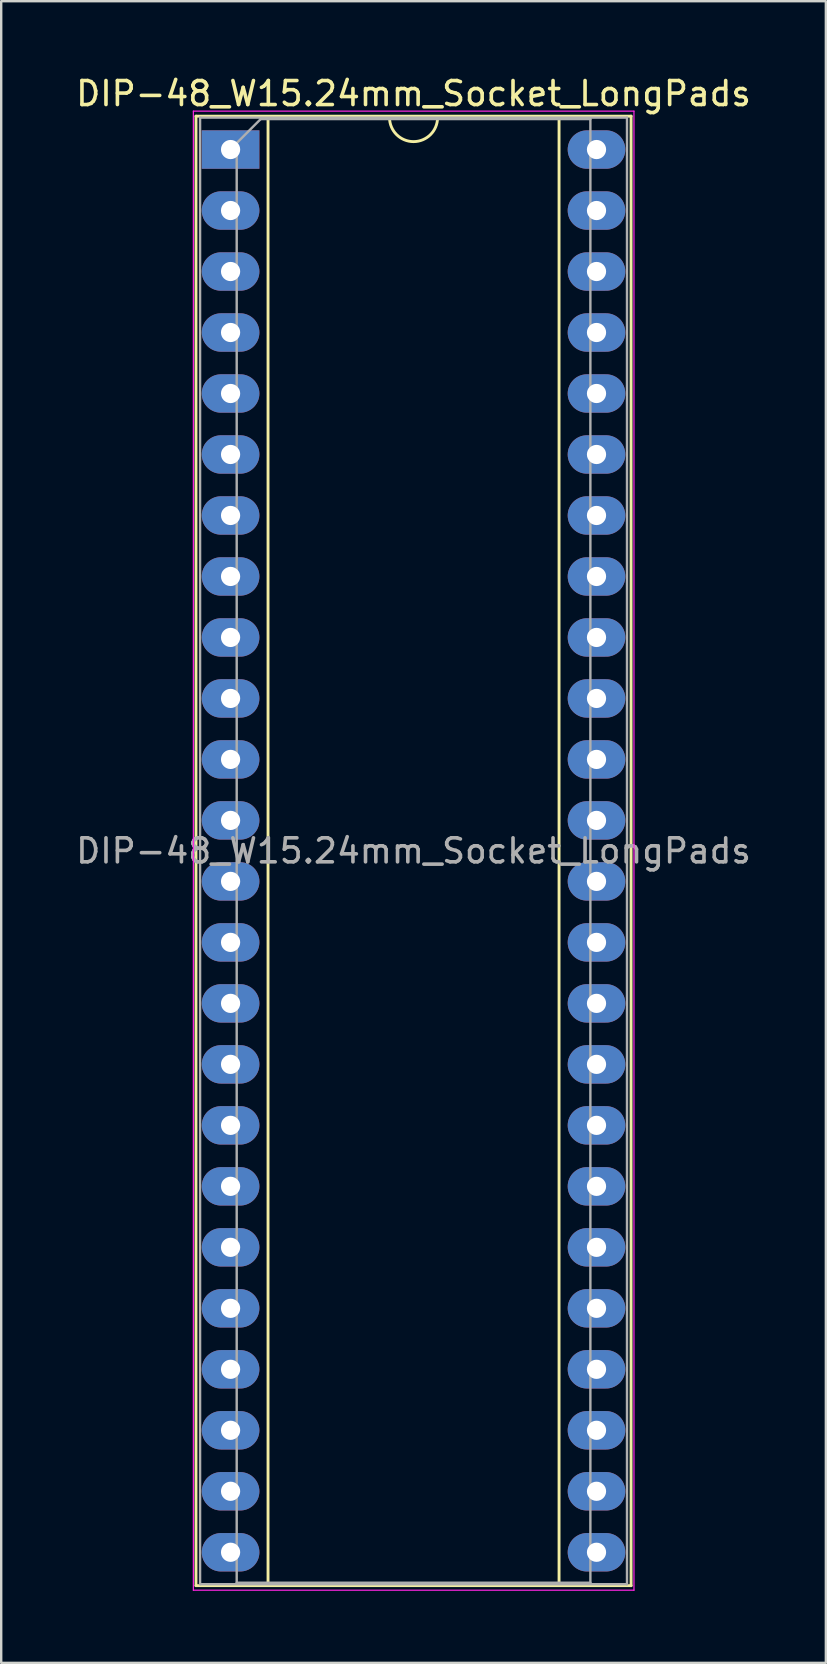
<source format=kicad_pcb>
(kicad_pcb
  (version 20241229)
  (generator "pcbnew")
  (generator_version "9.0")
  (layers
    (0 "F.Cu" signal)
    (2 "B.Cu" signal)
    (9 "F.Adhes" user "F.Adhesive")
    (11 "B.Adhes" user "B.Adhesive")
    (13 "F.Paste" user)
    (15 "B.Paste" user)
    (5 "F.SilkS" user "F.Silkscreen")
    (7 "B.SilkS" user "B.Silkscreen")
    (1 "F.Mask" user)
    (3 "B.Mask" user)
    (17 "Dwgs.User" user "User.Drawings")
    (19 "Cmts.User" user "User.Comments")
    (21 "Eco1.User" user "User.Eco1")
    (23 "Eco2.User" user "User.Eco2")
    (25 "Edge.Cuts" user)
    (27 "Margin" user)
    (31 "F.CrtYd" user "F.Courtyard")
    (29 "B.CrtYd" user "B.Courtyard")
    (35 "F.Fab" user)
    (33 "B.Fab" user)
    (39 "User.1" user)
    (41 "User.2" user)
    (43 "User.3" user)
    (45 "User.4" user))
  (footprint "DIP-48_W15.24mm_Socket_LongPads"
    (layer "F.Cu")
    (at 6.553 3.178)
    (property "Reference" "DIP-48_W15.24mm_Socket_LongPads" (at 7.62 -2.33 0) (layer "F.SilkS") (effects (font (size 1 1) (thickness 0.15))))
    (attr through_hole)
    (fp_line (start -1.44 -1.39) (end -1.44 59.81) (stroke (width 0.12) (type solid)) (layer "F.SilkS"))
    (fp_line (start -1.44 59.81) (end 16.68 59.81) (stroke (width 0.12) (type solid)) (layer "F.SilkS"))
    (fp_line (start 1.56 -1.33) (end 1.56 59.75) (stroke (width 0.12) (type solid)) (layer "F.SilkS"))
    (fp_line (start 1.56 59.75) (end 13.68 59.75) (stroke (width 0.12) (type solid)) (layer "F.SilkS"))
    (fp_line (start 6.62 -1.33) (end 1.56 -1.33) (stroke (width 0.12) (type solid)) (layer "F.SilkS"))
    (fp_line (start 13.68 -1.33) (end 8.62 -1.33) (stroke (width 0.12) (type solid)) (layer "F.SilkS"))
    (fp_line (start 13.68 59.75) (end 13.68 -1.33) (stroke (width 0.12) (type solid)) (layer "F.SilkS"))
    (fp_line (start 16.68 -1.39) (end -1.44 -1.39) (stroke (width 0.12) (type solid)) (layer "F.SilkS"))
    (fp_line (start 16.68 59.81) (end 16.68 -1.39) (stroke (width 0.12) (type solid)) (layer "F.SilkS"))
    (fp_arc (start 8.62 -1.33) (mid 7.62 -0.33) (end 6.62 -1.33) (stroke (width 0.12) (type solid)) (layer "F.SilkS"))
    (fp_line (start -1.55 -1.6) (end -1.55 60) (stroke (width 0.05) (type solid)) (layer "F.CrtYd"))
    (fp_line (start -1.55 60) (end 16.8 60) (stroke (width 0.05) (type solid)) (layer "F.CrtYd"))
    (fp_line (start 16.8 -1.6) (end -1.55 -1.6) (stroke (width 0.05) (type solid)) (layer "F.CrtYd"))
    (fp_line (start 16.8 60) (end 16.8 -1.6) (stroke (width 0.05) (type solid)) (layer "F.CrtYd"))
    (fp_line (start -1.27 -1.33) (end -1.27 59.75) (stroke (width 0.1) (type solid)) (layer "F.Fab"))
    (fp_line (start -1.27 59.75) (end 16.51 59.75) (stroke (width 0.1) (type solid)) (layer "F.Fab"))
    (fp_line (start 0.255 -0.27) (end 1.255 -1.27) (stroke (width 0.1) (type solid)) (layer "F.Fab"))
    (fp_line (start 0.255 59.69) (end 0.255 -0.27) (stroke (width 0.1) (type solid)) (layer "F.Fab"))
    (fp_line (start 1.255 -1.27) (end 14.985 -1.27) (stroke (width 0.1) (type solid)) (layer "F.Fab"))
    (fp_line (start 14.985 -1.27) (end 14.985 59.69) (stroke (width 0.1) (type solid)) (layer "F.Fab"))
    (fp_line (start 14.985 59.69) (end 0.255 59.69) (stroke (width 0.1) (type solid)) (layer "F.Fab"))
    (fp_line (start 16.51 -1.33) (end -1.27 -1.33) (stroke (width 0.1) (type solid)) (layer "F.Fab"))
    (fp_line (start 16.51 59.75) (end 16.51 -1.33) (stroke (width 0.1) (type solid)) (layer "F.Fab"))
    (fp_text user "${REFERENCE}" (at 7.62 29.21 0) (layer "F.Fab") (effects (font (size 1 1) (thickness 0.15))))
    (pad "1" thru_hole rect (at 0 0) (size 2.4 1.6) (drill 0.8) (layers "*.Cu" "*.Mask"))
    (pad "2" thru_hole oval (at 0 2.54) (size 2.4 1.6) (drill 0.8) (layers "*.Cu" "*.Mask"))
    (pad "3" thru_hole oval (at 0 5.08) (size 2.4 1.6) (drill 0.8) (layers "*.Cu" "*.Mask"))
    (pad "4" thru_hole oval (at 0 7.62) (size 2.4 1.6) (drill 0.8) (layers "*.Cu" "*.Mask"))
    (pad "5" thru_hole oval (at 0 10.16) (size 2.4 1.6) (drill 0.8) (layers "*.Cu" "*.Mask"))
    (pad "6" thru_hole oval (at 0 12.7) (size 2.4 1.6) (drill 0.8) (layers "*.Cu" "*.Mask"))
    (pad "7" thru_hole oval (at 0 15.24) (size 2.4 1.6) (drill 0.8) (layers "*.Cu" "*.Mask"))
    (pad "8" thru_hole oval (at 0 17.78) (size 2.4 1.6) (drill 0.8) (layers "*.Cu" "*.Mask"))
    (pad "9" thru_hole oval (at 0 20.32) (size 2.4 1.6) (drill 0.8) (layers "*.Cu" "*.Mask"))
    (pad "10" thru_hole oval (at 0 22.86) (size 2.4 1.6) (drill 0.8) (layers "*.Cu" "*.Mask"))
    (pad "11" thru_hole oval (at 0 25.4) (size 2.4 1.6) (drill 0.8) (layers "*.Cu" "*.Mask"))
    (pad "12" thru_hole oval (at 0 27.94) (size 2.4 1.6) (drill 0.8) (layers "*.Cu" "*.Mask"))
    (pad "13" thru_hole oval (at 0 30.48) (size 2.4 1.6) (drill 0.8) (layers "*.Cu" "*.Mask"))
    (pad "14" thru_hole oval (at 0 33.02) (size 2.4 1.6) (drill 0.8) (layers "*.Cu" "*.Mask"))
    (pad "15" thru_hole oval (at 0 35.56) (size 2.4 1.6) (drill 0.8) (layers "*.Cu" "*.Mask"))
    (pad "16" thru_hole oval (at 0 38.1) (size 2.4 1.6) (drill 0.8) (layers "*.Cu" "*.Mask"))
    (pad "17" thru_hole oval (at 0 40.64) (size 2.4 1.6) (drill 0.8) (layers "*.Cu" "*.Mask"))
    (pad "18" thru_hole oval (at 0 43.18) (size 2.4 1.6) (drill 0.8) (layers "*.Cu" "*.Mask"))
    (pad "19" thru_hole oval (at 0 45.72) (size 2.4 1.6) (drill 0.8) (layers "*.Cu" "*.Mask"))
    (pad "20" thru_hole oval (at 0 48.26) (size 2.4 1.6) (drill 0.8) (layers "*.Cu" "*.Mask"))
    (pad "21" thru_hole oval (at 0 50.8) (size 2.4 1.6) (drill 0.8) (layers "*.Cu" "*.Mask"))
    (pad "22" thru_hole oval (at 0 53.34) (size 2.4 1.6) (drill 0.8) (layers "*.Cu" "*.Mask"))
    (pad "23" thru_hole oval (at 0 55.88) (size 2.4 1.6) (drill 0.8) (layers "*.Cu" "*.Mask"))
    (pad "24" thru_hole oval (at 0 58.42) (size 2.4 1.6) (drill 0.8) (layers "*.Cu" "*.Mask"))
    (pad "25" thru_hole oval (at 15.24 58.42) (size 2.4 1.6) (drill 0.8) (layers "*.Cu" "*.Mask"))
    (pad "26" thru_hole oval (at 15.24 55.88) (size 2.4 1.6) (drill 0.8) (layers "*.Cu" "*.Mask"))
    (pad "27" thru_hole oval (at 15.24 53.34) (size 2.4 1.6) (drill 0.8) (layers "*.Cu" "*.Mask"))
    (pad "28" thru_hole oval (at 15.24 50.8) (size 2.4 1.6) (drill 0.8) (layers "*.Cu" "*.Mask"))
    (pad "29" thru_hole oval (at 15.24 48.26) (size 2.4 1.6) (drill 0.8) (layers "*.Cu" "*.Mask"))
    (pad "30" thru_hole oval (at 15.24 45.72) (size 2.4 1.6) (drill 0.8) (layers "*.Cu" "*.Mask"))
    (pad "31" thru_hole oval (at 15.24 43.18) (size 2.4 1.6) (drill 0.8) (layers "*.Cu" "*.Mask"))
    (pad "32" thru_hole oval (at 15.24 40.64) (size 2.4 1.6) (drill 0.8) (layers "*.Cu" "*.Mask"))
    (pad "33" thru_hole oval (at 15.24 38.1) (size 2.4 1.6) (drill 0.8) (layers "*.Cu" "*.Mask"))
    (pad "34" thru_hole oval (at 15.24 35.56) (size 2.4 1.6) (drill 0.8) (layers "*.Cu" "*.Mask"))
    (pad "35" thru_hole oval (at 15.24 33.02) (size 2.4 1.6) (drill 0.8) (layers "*.Cu" "*.Mask"))
    (pad "36" thru_hole oval (at 15.24 30.48) (size 2.4 1.6) (drill 0.8) (layers "*.Cu" "*.Mask"))
    (pad "37" thru_hole oval (at 15.24 27.94) (size 2.4 1.6) (drill 0.8) (layers "*.Cu" "*.Mask"))
    (pad "38" thru_hole oval (at 15.24 25.4) (size 2.4 1.6) (drill 0.8) (layers "*.Cu" "*.Mask"))
    (pad "39" thru_hole oval (at 15.24 22.86) (size 2.4 1.6) (drill 0.8) (layers "*.Cu" "*.Mask"))
    (pad "40" thru_hole oval (at 15.24 20.32) (size 2.4 1.6) (drill 0.8) (layers "*.Cu" "*.Mask"))
    (pad "41" thru_hole oval (at 15.24 17.78) (size 2.4 1.6) (drill 0.8) (layers "*.Cu" "*.Mask"))
    (pad "42" thru_hole oval (at 15.24 15.24) (size 2.4 1.6) (drill 0.8) (layers "*.Cu" "*.Mask"))
    (pad "43" thru_hole oval (at 15.24 12.7) (size 2.4 1.6) (drill 0.8) (layers "*.Cu" "*.Mask"))
    (pad "44" thru_hole oval (at 15.24 10.16) (size 2.4 1.6) (drill 0.8) (layers "*.Cu" "*.Mask"))
    (pad "45" thru_hole oval (at 15.24 7.62) (size 2.4 1.6) (drill 0.8) (layers "*.Cu" "*.Mask"))
    (pad "46" thru_hole oval (at 15.24 5.08) (size 2.4 1.6) (drill 0.8) (layers "*.Cu" "*.Mask"))
    (pad "47" thru_hole oval (at 15.24 2.54) (size 2.4 1.6) (drill 0.8) (layers "*.Cu" "*.Mask"))
    (pad "48" thru_hole oval (at 15.24 0) (size 2.4 1.6) (drill 0.8) (layers "*.Cu" "*.Mask")))
  (gr_rect
    (start -3 -3)
    (end 31.345 66.203)
    (stroke (width 0.1) (type default))
    (fill no)
    (layer "Edge.Cuts")))
</source>
